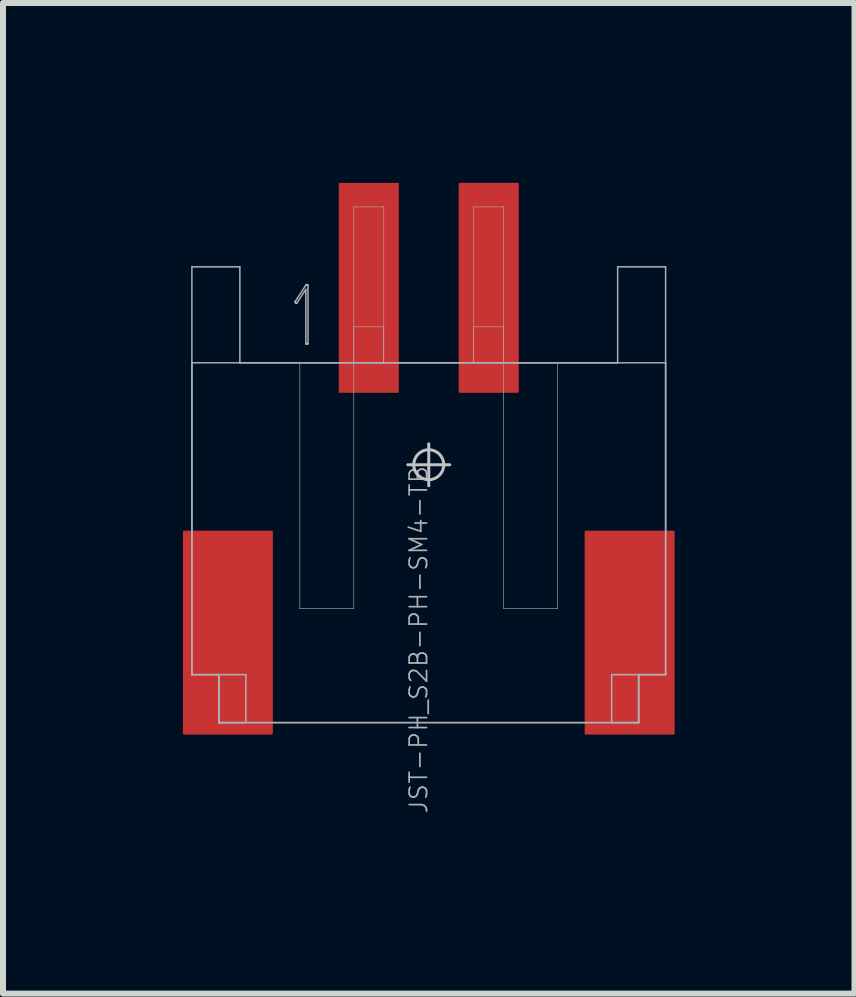
<source format=kicad_pcb>
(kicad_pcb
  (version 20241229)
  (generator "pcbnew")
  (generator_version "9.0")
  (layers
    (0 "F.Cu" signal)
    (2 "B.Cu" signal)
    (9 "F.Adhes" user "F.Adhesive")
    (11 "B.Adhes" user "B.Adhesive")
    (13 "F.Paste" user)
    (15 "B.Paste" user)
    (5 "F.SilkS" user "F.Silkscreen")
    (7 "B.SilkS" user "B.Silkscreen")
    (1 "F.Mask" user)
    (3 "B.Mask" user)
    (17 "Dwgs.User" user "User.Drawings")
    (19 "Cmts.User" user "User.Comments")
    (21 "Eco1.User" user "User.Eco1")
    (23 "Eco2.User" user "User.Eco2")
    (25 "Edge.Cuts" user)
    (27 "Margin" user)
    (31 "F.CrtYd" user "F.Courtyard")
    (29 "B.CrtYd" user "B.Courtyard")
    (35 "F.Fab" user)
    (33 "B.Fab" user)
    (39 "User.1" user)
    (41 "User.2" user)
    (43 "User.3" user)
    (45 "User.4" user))
  (footprint "JST-PH_S2B-PH-SM4-TB"
    (layer "F.Cu")
    (at 4.1 4.7)
    (property "Reference" "JST-PH_S2B-PH-SM4-TB" (at 0 0 270) (layer "F.Fab") (effects (font (size 0.29 0.29) (thickness 0.029)) (justify right bottom)))
    (attr through_hole)
    (fp_line (start 0 0.35) (end 0 -0.35) (stroke (width 0.05) (type solid)) (layer "Dwgs.User"))
    (fp_line (start 0.35 0) (end -0.35 0) (stroke (width 0.05) (type solid)) (layer "Dwgs.User"))
    (fp_circle (center 0 0) (end 0.25 0) (stroke (width 0.05) (type solid)) (fill no) (layer "Dwgs.User"))
    (fp_line (start -3.95 -3.3) (end -3.15 -3.3) (stroke (width 0.025) (type solid)) (layer "F.Fab"))
    (fp_line (start -3.95 -1.7) (end 3.95 -1.7) (stroke (width 0.025) (type solid)) (layer "F.Fab"))
    (fp_line (start -3.95 3.5) (end -3.95 -3.3) (stroke (width 0.025) (type solid)) (layer "F.Fab"))
    (fp_line (start -3.95 3.5) (end -3.95 -1.7) (stroke (width 0.025) (type solid)) (layer "F.Fab"))
    (fp_line (start -3.5 3.5) (end -3.95 3.5) (stroke (width 0.025) (type solid)) (layer "F.Fab"))
    (fp_line (start -3.5 3.5) (end -3.95 3.5) (stroke (width 0.025) (type solid)) (layer "F.Fab"))
    (fp_line (start -3.5 3.5) (end -3.5 4.3) (stroke (width 0.025) (type solid)) (layer "F.Fab"))
    (fp_line (start -3.5 4.3) (end -3.5 3.5) (stroke (width 0.025) (type solid)) (layer "F.Fab"))
    (fp_line (start -3.5 4.3) (end -3.5 3.5) (stroke (width 0.025) (type solid)) (layer "F.Fab"))
    (fp_line (start -3.5 4.3) (end -3.05 4.3) (stroke (width 0.025) (type solid)) (layer "F.Fab"))
    (fp_line (start -3.15 -3.3) (end -3.15 -1.7) (stroke (width 0.025) (type solid)) (layer "F.Fab"))
    (fp_line (start -3.15 -1.7) (end 3.15 -1.7) (stroke (width 0.025) (type solid)) (layer "F.Fab"))
    (fp_line (start -3.05 3.5) (end -3.5 3.5) (stroke (width 0.025) (type solid)) (layer "F.Fab"))
    (fp_line (start -3.05 4.3) (end -3.05 3.5) (stroke (width 0.025) (type solid)) (layer "F.Fab"))
    (fp_line (start -2.228 -2.717) (end -2.228 -2.71) (stroke (width 0.025) (type solid)) (layer "F.Fab"))
    (fp_line (start -2.228 -2.71) (end -2.225 -2.704) (stroke (width 0.025) (type solid)) (layer "F.Fab"))
    (fp_line (start -2.226 -2.724) (end -2.228 -2.717) (stroke (width 0.025) (type solid)) (layer "F.Fab"))
    (fp_line (start -2.225 -2.704) (end -2.22 -2.699) (stroke (width 0.025) (type solid)) (layer "F.Fab"))
    (fp_line (start -2.22 -2.699) (end -2.214 -2.695) (stroke (width 0.025) (type solid)) (layer "F.Fab"))
    (fp_line (start -2.214 -2.695) (end -2.208 -2.693) (stroke (width 0.025) (type solid)) (layer "F.Fab"))
    (fp_line (start -2.208 -2.693) (end -2.202 -2.694) (stroke (width 0.025) (type solid)) (layer "F.Fab"))
    (fp_line (start -2.202 -2.694) (end -2.197 -2.699) (stroke (width 0.025) (type solid)) (layer "F.Fab"))
    (fp_line (start -2.197 -2.699) (end -2.05 -2.924) (stroke (width 0.025) (type solid)) (layer "F.Fab"))
    (fp_line (start -2.15 -1.7) (end -2.15 2.4) (stroke (width 0.01) (type solid)) (layer "F.Fab"))
    (fp_line (start -2.15 2.4) (end -1.25 2.4) (stroke (width 0.01) (type solid)) (layer "F.Fab"))
    (fp_line (start -2.05 -2.924) (end -2.05 -2.026) (stroke (width 0.025) (type solid)) (layer "F.Fab"))
    (fp_line (start -2.05 -2.026) (end -2.049 -2.019) (stroke (width 0.025) (type solid)) (layer "F.Fab"))
    (fp_line (start -2.049 -2.019) (end -2.044 -2.013) (stroke (width 0.025) (type solid)) (layer "F.Fab"))
    (fp_line (start -2.047 -2.998) (end -2.226 -2.724) (stroke (width 0.025) (type solid)) (layer "F.Fab"))
    (fp_line (start -2.044 -2.013) (end -2.038 -2.01) (stroke (width 0.025) (type solid)) (layer "F.Fab"))
    (fp_line (start -2.043 -3.002) (end -2.047 -2.998) (stroke (width 0.025) (type solid)) (layer "F.Fab"))
    (fp_line (start -2.039 -3.004) (end -2.043 -3.002) (stroke (width 0.025) (type solid)) (layer "F.Fab"))
    (fp_line (start -2.038 -2.01) (end -2.033 -2.009) (stroke (width 0.025) (type solid)) (layer "F.Fab"))
    (fp_line (start -2.035 -3.004) (end -2.039 -3.004) (stroke (width 0.025) (type solid)) (layer "F.Fab"))
    (fp_line (start -2.033 -2.009) (end -2.026 -2.01) (stroke (width 0.025) (type solid)) (layer "F.Fab"))
    (fp_line (start -2.03 -3.002) (end -2.035 -3.004) (stroke (width 0.025) (type solid)) (layer "F.Fab"))
    (fp_line (start -2.026 -2.01) (end -2.02 -2.013) (stroke (width 0.025) (type solid)) (layer "F.Fab"))
    (fp_line (start -2.023 -3.001) (end -2.03 -3.002) (stroke (width 0.025) (type solid)) (layer "F.Fab"))
    (fp_line (start -2.02 -2.013) (end -2.015 -2.019) (stroke (width 0.025) (type solid)) (layer "F.Fab"))
    (fp_line (start -2.018 -2.998) (end -2.023 -3.001) (stroke (width 0.025) (type solid)) (layer "F.Fab"))
    (fp_line (start -2.015 -2.993) (end -2.018 -2.998) (stroke (width 0.025) (type solid)) (layer "F.Fab"))
    (fp_line (start -2.015 -2.019) (end -2.014 -2.026) (stroke (width 0.025) (type solid)) (layer "F.Fab"))
    (fp_line (start -2.014 -2.986) (end -2.015 -2.993) (stroke (width 0.025) (type solid)) (layer "F.Fab"))
    (fp_line (start -2.014 -2.026) (end -2.014 -2.986) (stroke (width 0.025) (type solid)) (layer "F.Fab"))
    (fp_line (start -1.25 -4.3) (end -1.25 -1.7) (stroke (width 0.01) (type solid)) (layer "F.Fab"))
    (fp_line (start -1.25 -2.3) (end -1.25 -1.7) (stroke (width 0.01) (type solid)) (layer "F.Fab"))
    (fp_line (start -1.25 -1.7) (end -2.15 -1.7) (stroke (width 0.01) (type solid)) (layer "F.Fab"))
    (fp_line (start -1.25 -1.7) (end -0.75 -1.7) (stroke (width 0.01) (type solid)) (layer "F.Fab"))
    (fp_line (start -1.25 -1.7) (end -0.75 -1.7) (stroke (width 0.01) (type solid)) (layer "F.Fab"))
    (fp_line (start -1.25 2.4) (end -1.25 -1.7) (stroke (width 0.01) (type solid)) (layer "F.Fab"))
    (fp_line (start -0.75 -4.3) (end -1.25 -4.3) (stroke (width 0.01) (type solid)) (layer "F.Fab"))
    (fp_line (start -0.75 -2.3) (end -1.25 -2.3) (stroke (width 0.01) (type solid)) (layer "F.Fab"))
    (fp_line (start -0.75 -1.7) (end -0.75 -4.3) (stroke (width 0.01) (type solid)) (layer "F.Fab"))
    (fp_line (start -0.75 -1.7) (end -0.75 -2.3) (stroke (width 0.01) (type solid)) (layer "F.Fab"))
    (fp_line (start 0.75 -4.3) (end 0.75 -1.7) (stroke (width 0.01) (type solid)) (layer "F.Fab"))
    (fp_line (start 0.75 -2.3) (end 0.75 -1.7) (stroke (width 0.01) (type solid)) (layer "F.Fab"))
    (fp_line (start 0.75 -1.7) (end 1.25 -1.7) (stroke (width 0.01) (type solid)) (layer "F.Fab"))
    (fp_line (start 0.75 -1.7) (end 1.25 -1.7) (stroke (width 0.01) (type solid)) (layer "F.Fab"))
    (fp_line (start 1.25 -4.3) (end 0.75 -4.3) (stroke (width 0.01) (type solid)) (layer "F.Fab"))
    (fp_line (start 1.25 -2.3) (end 0.75 -2.3) (stroke (width 0.01) (type solid)) (layer "F.Fab"))
    (fp_line (start 1.25 -1.7) (end 1.25 -4.3) (stroke (width 0.01) (type solid)) (layer "F.Fab"))
    (fp_line (start 1.25 -1.7) (end 1.25 -2.3) (stroke (width 0.01) (type solid)) (layer "F.Fab"))
    (fp_line (start 1.25 -1.7) (end 1.25 2.4) (stroke (width 0.01) (type solid)) (layer "F.Fab"))
    (fp_line (start 1.25 2.4) (end 2.15 2.4) (stroke (width 0.01) (type solid)) (layer "F.Fab"))
    (fp_line (start 2.15 -1.7) (end 1.25 -1.7) (stroke (width 0.01) (type solid)) (layer "F.Fab"))
    (fp_line (start 2.15 2.4) (end 2.15 -1.7) (stroke (width 0.01) (type solid)) (layer "F.Fab"))
    (fp_line (start 3.05 3.5) (end 3.05 4.3) (stroke (width 0.025) (type solid)) (layer "F.Fab"))
    (fp_line (start 3.05 4.3) (end 3.5 4.3) (stroke (width 0.025) (type solid)) (layer "F.Fab"))
    (fp_line (start 3.15 -3.3) (end 3.95 -3.3) (stroke (width 0.025) (type solid)) (layer "F.Fab"))
    (fp_line (start 3.15 -1.7) (end 3.15 -3.3) (stroke (width 0.025) (type solid)) (layer "F.Fab"))
    (fp_line (start 3.5 3.5) (end 3.05 3.5) (stroke (width 0.025) (type solid)) (layer "F.Fab"))
    (fp_line (start 3.5 3.5) (end 3.5 4.3) (stroke (width 0.025) (type solid)) (layer "F.Fab"))
    (fp_line (start 3.5 3.5) (end 3.5 4.3) (stroke (width 0.025) (type solid)) (layer "F.Fab"))
    (fp_line (start 3.5 4.3) (end -3.5 4.3) (stroke (width 0.025) (type solid)) (layer "F.Fab"))
    (fp_line (start 3.5 4.3) (end -3.5 4.3) (stroke (width 0.025) (type solid)) (layer "F.Fab"))
    (fp_line (start 3.5 4.3) (end 3.5 3.5) (stroke (width 0.025) (type solid)) (layer "F.Fab"))
    (fp_line (start 3.95 -3.3) (end 3.95 3.5) (stroke (width 0.025) (type solid)) (layer "F.Fab"))
    (fp_line (start 3.95 -1.7) (end 3.95 3.5) (stroke (width 0.025) (type solid)) (layer "F.Fab"))
    (fp_line (start 3.95 3.5) (end 3.5 3.5) (stroke (width 0.025) (type solid)) (layer "F.Fab"))
    (fp_line (start 3.95 3.5) (end 3.5 3.5) (stroke (width 0.025) (type solid)) (layer "F.Fab"))
    (pad "1" smd rect (at -1 -2.95) (size 1 3.5) (layers "F.Cu" "F.Mask" "F.Paste"))
    (pad "2" smd roundrect (at 1 -2.95) (size 1 3.5) (layers "F.Cu" "F.Mask" "F.Paste") (roundrect_rratio 0.015))
    (pad "3" smd roundrect (at 3.35 2.8) (size 1.5 3.4) (layers "F.Cu" "F.Mask" "F.Paste") (roundrect_rratio 0.015))
    (pad "4" smd roundrect (at -3.35 2.8) (size 1.5 3.4) (layers "F.Cu" "F.Mask" "F.Paste") (roundrect_rratio 0.015)))
  (gr_rect
    (start -3 -3)
    (end 11.2 13.52)
    (stroke (width 0.1) (type default))
    (fill no)
    (layer "Edge.Cuts")))
</source>
